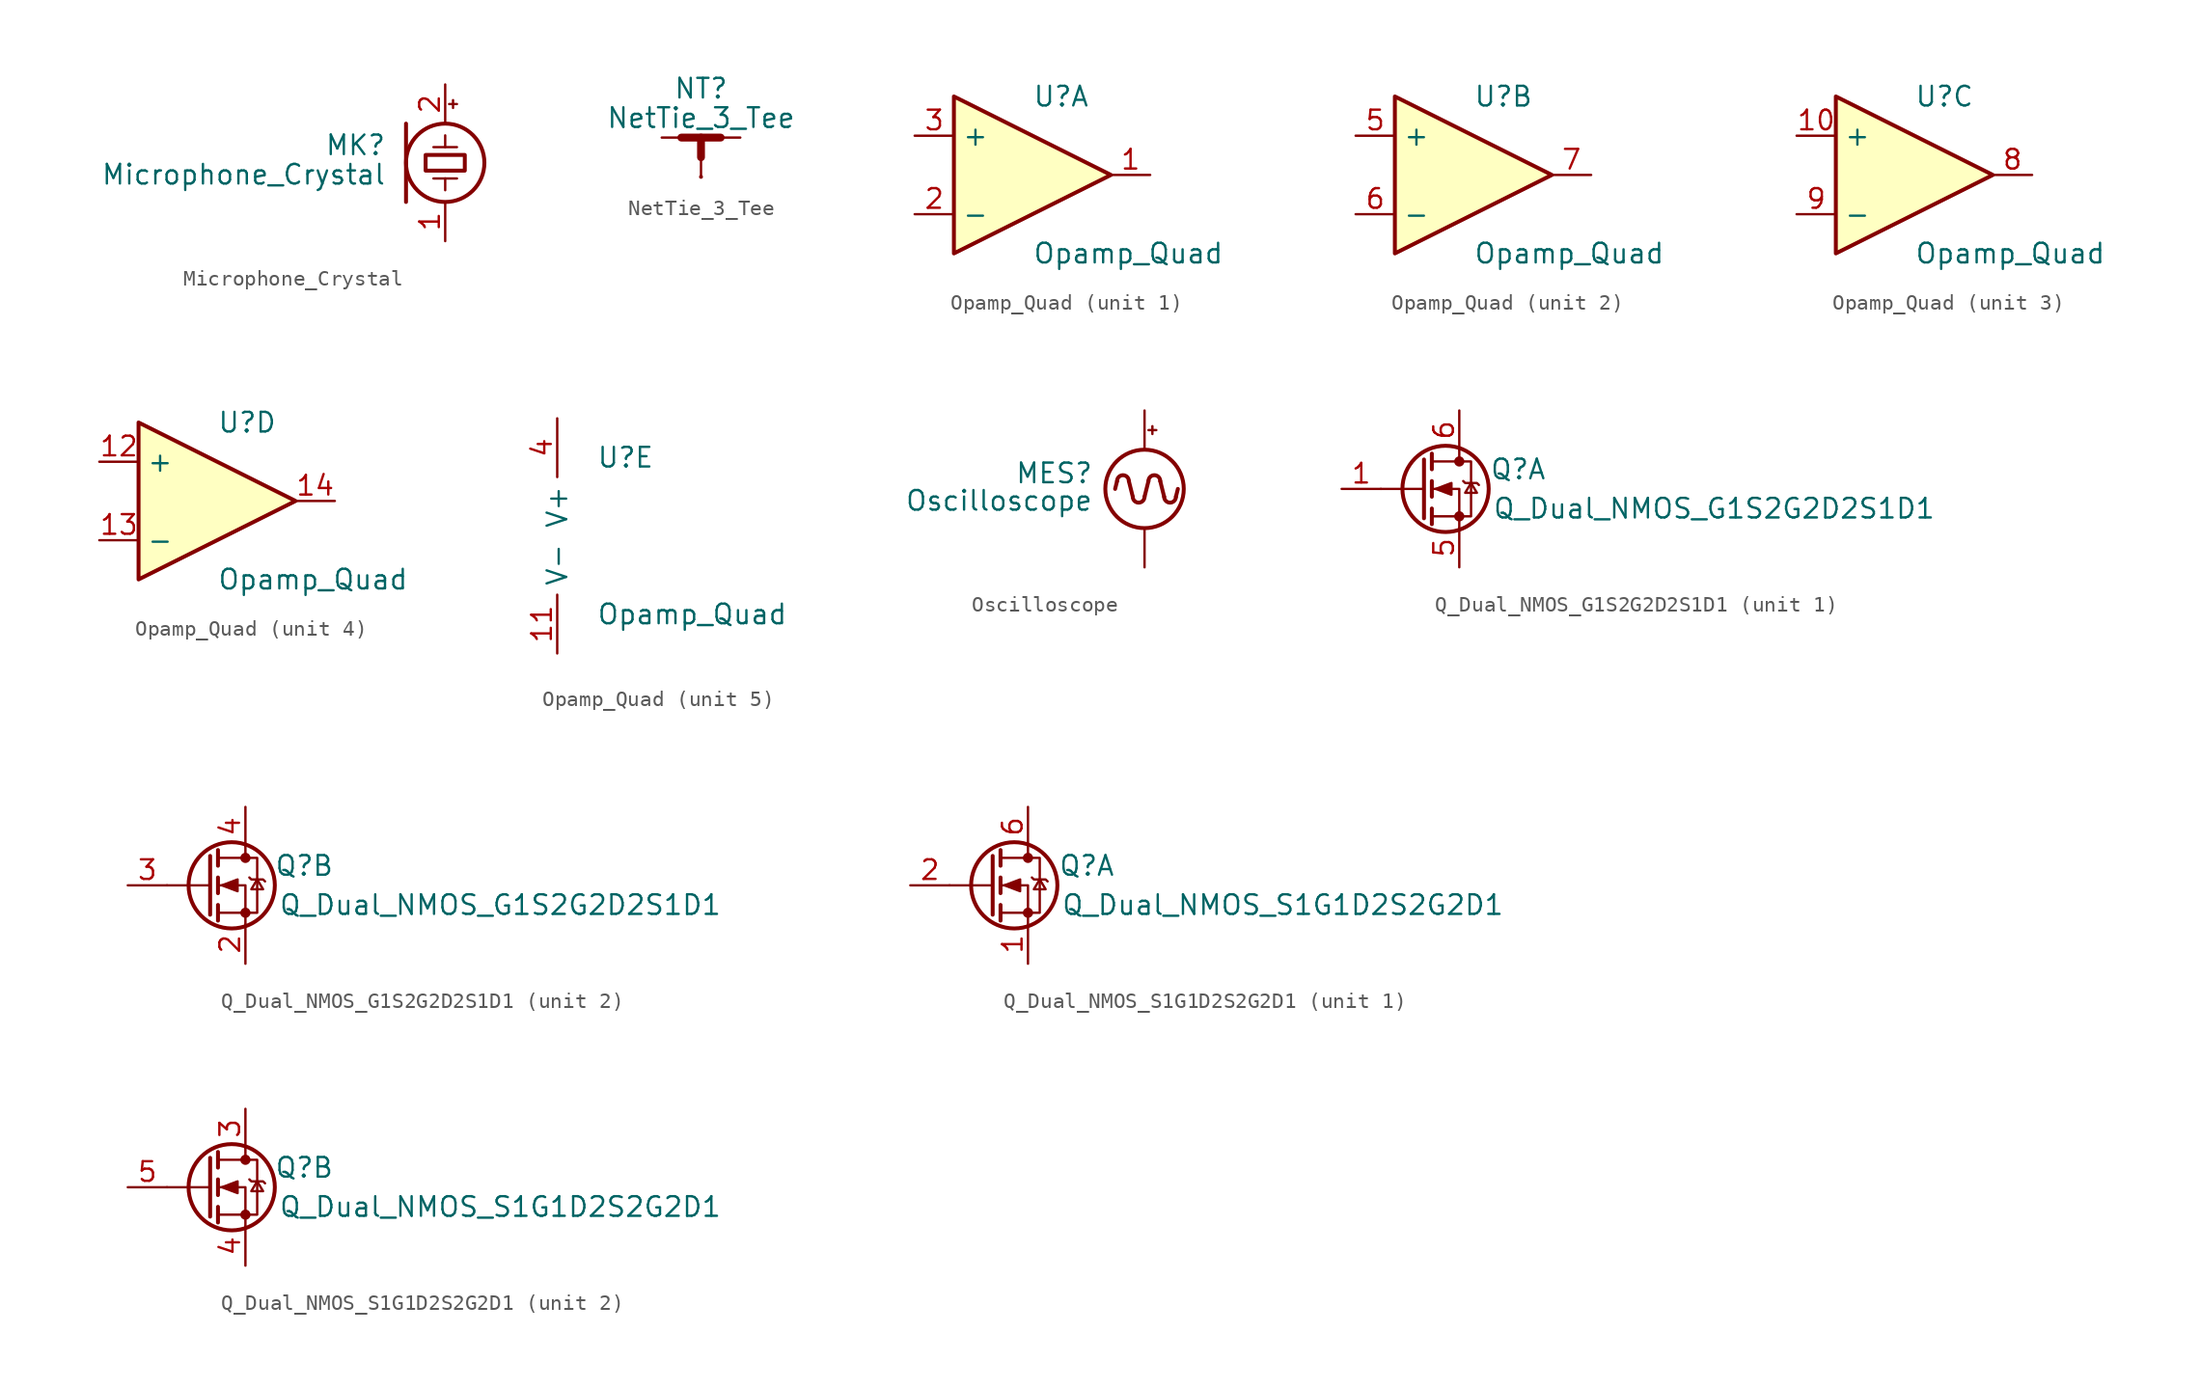
<source format=kicad_sym>
(kicad_symbol_lib
  (version 20211014)
  (generator kicad_symbol_editor)
  (symbol "Microphone_Crystal"
    (pin_names
      (offset 0.025) hide)
    (property "Reference" "MK"
      (at -3.81 1.143 0)
      (effects (font (size 1.27 1.27)) (justify right)))
    (property "Value" "Microphone_Crystal"
      (at -3.81 -0.762 0)
      (effects (font (size 1.27 1.27)) (justify right)))
    (symbol "Microphone_Crystal_0_1"
      (rectangle (start -1.27 0.508) (end 1.27 -0.508) (stroke (width 0.254) (type default) (color 0 0 0 0)) (fill (type none)))
      (polyline (pts (xy -2.54 2.54) (xy -2.54 -2.54)) (stroke (width 0.254) (type default) (color 0 0 0 0)) (fill (type none)))
      (polyline (pts (xy -0.762 -1.016) (xy 0.762 -1.016)) (stroke (width 0) (type default) (color 0 0 0 0)) (fill (type none)))
      (polyline (pts (xy -0.762 1.016) (xy 0.762 1.016)) (stroke (width 0) (type default) (color 0 0 0 0)) (fill (type none)))
      (polyline (pts (xy 0 -1.016) (xy 0 -1.778)) (stroke (width 0) (type default) (color 0 0 0 0)) (fill (type none)))
      (polyline (pts (xy 0 1.016) (xy 0 1.778)) (stroke (width 0) (type default) (color 0 0 0 0)) (fill (type none)))
      (polyline (pts (xy 0.254 3.81) (xy 0.762 3.81)) (stroke (width 0) (type default) (color 0 0 0 0)) (fill (type none)))
      (polyline (pts (xy 0.508 4.064) (xy 0.508 3.556)) (stroke (width 0) (type default) (color 0 0 0 0)) (fill (type none)))
      (circle (center 0 0) (radius 2.54) (stroke (width 0.254) (type default) (color 0 0 0 0)) (fill (type none))))
    (symbol "Microphone_Crystal_1_1"
      (pin passive line (at 0 -5.08 90) (length 2.54) (name "-" (effects (font (size 1.27 1.27)))) (number "1" (effects (font (size 1.27 1.27)))))
      (pin passive line (at 0 5.08 270) (length 2.54) (name "+" (effects (font (size 1.27 1.27)))) (number "2" (effects (font (size 1.27 1.27)))))))
  (symbol "NetTie_3_Tee"
    (pin_numbers hide)
    (pin_names
      (offset 0) hide)
    (property "Reference" "NT"
      (at 0 3.175 0)
      (effects (font (size 1.27 1.27))))
    (property "Value" "NetTie_3_Tee"
      (at 0 1.27 0)
      (effects (font (size 1.27 1.27))))
    (symbol "NetTie_3_Tee_0_1"
      (polyline (pts (xy -1.27 0) (xy 1.27 0)) (stroke (width 0.254) (type default) (color 0 0 0 0)) (fill (type none)))
      (polyline (pts (xy -1.27 0) (xy 1.27 0)) (stroke (width 0.508) (type default) (color 0 0 0 0)) (fill (type none)))
      (polyline (pts (xy 0 -2.54) (xy 0 -2.54)) (stroke (width 0.254) (type default) (color 0 0 0 0)) (fill (type none)))
      (polyline (pts (xy 0 -1.27) (xy 0 0)) (stroke (width 0.508) (type default) (color 0 0 0 0)) (fill (type none))))
    (symbol "NetTie_3_Tee_1_1"
      (pin passive line (at -2.54 0 0) (length 2.54) (name "1" (effects (font (size 1.27 1.27)))) (number "1" (effects (font (size 1.27 1.27)))))
      (pin passive line (at 2.54 0 180) (length 2.54) (name "2" (effects (font (size 1.27 1.27)))) (number "2" (effects (font (size 1.27 1.27)))))
      (pin passive line (at 0 -2.54 90) (length 2.54) (name "3" (effects (font (size 1.27 1.27)))) (number "3" (effects (font (size 1.27 1.27)))))))
  (symbol "Opamp_Quad"
    (property "Reference" "U"
      (at 0 5.08 0)
      (effects (font (size 1.27 1.27)) (justify left)))
    (property "Value" "Opamp_Quad"
      (at 0 -5.08 0)
      (effects (font (size 1.27 1.27)) (justify left)))
    (property "ki_locked" ""
      (at 0 0 0)
      (effects (font (size 1.27 1.27))))
    (symbol "Opamp_Quad_1_1"
      (polyline (pts (xy -5.08 5.08) (xy 5.08 0) (xy -5.08 -5.08) (xy -5.08 5.08)) (stroke (width 0.254) (type default) (color 0 0 0 0)) (fill (type background)))
      (pin output line (at 7.62 0 180) (length 2.54) (name "~" (effects (font (size 1.27 1.27)))) (number "1" (effects (font (size 1.27 1.27)))))
      (pin input line (at -7.62 -2.54 0) (length 2.54) (name "-" (effects (font (size 1.27 1.27)))) (number "2" (effects (font (size 1.27 1.27)))))
      (pin input line (at -7.62 2.54 0) (length 2.54) (name "+" (effects (font (size 1.27 1.27)))) (number "3" (effects (font (size 1.27 1.27))))))
    (symbol "Opamp_Quad_2_1"
      (polyline (pts (xy -5.08 5.08) (xy 5.08 0) (xy -5.08 -5.08) (xy -5.08 5.08)) (stroke (width 0.254) (type default) (color 0 0 0 0)) (fill (type background)))
      (pin input line (at -7.62 2.54 0) (length 2.54) (name "+" (effects (font (size 1.27 1.27)))) (number "5" (effects (font (size 1.27 1.27)))))
      (pin input line (at -7.62 -2.54 0) (length 2.54) (name "-" (effects (font (size 1.27 1.27)))) (number "6" (effects (font (size 1.27 1.27)))))
      (pin output line (at 7.62 0 180) (length 2.54) (name "~" (effects (font (size 1.27 1.27)))) (number "7" (effects (font (size 1.27 1.27))))))
    (symbol "Opamp_Quad_3_1"
      (polyline (pts (xy -5.08 5.08) (xy 5.08 0) (xy -5.08 -5.08) (xy -5.08 5.08)) (stroke (width 0.254) (type default) (color 0 0 0 0)) (fill (type background)))
      (pin input line (at -7.62 2.54 0) (length 2.54) (name "+" (effects (font (size 1.27 1.27)))) (number "10" (effects (font (size 1.27 1.27)))))
      (pin output line (at 7.62 0 180) (length 2.54) (name "~" (effects (font (size 1.27 1.27)))) (number "8" (effects (font (size 1.27 1.27)))))
      (pin input line (at -7.62 -2.54 0) (length 2.54) (name "-" (effects (font (size 1.27 1.27)))) (number "9" (effects (font (size 1.27 1.27))))))
    (symbol "Opamp_Quad_4_1"
      (polyline (pts (xy -5.08 5.08) (xy 5.08 0) (xy -5.08 -5.08) (xy -5.08 5.08)) (stroke (width 0.254) (type default) (color 0 0 0 0)) (fill (type background)))
      (pin input line (at -7.62 2.54 0) (length 2.54) (name "+" (effects (font (size 1.27 1.27)))) (number "12" (effects (font (size 1.27 1.27)))))
      (pin input line (at -7.62 -2.54 0) (length 2.54) (name "-" (effects (font (size 1.27 1.27)))) (number "13" (effects (font (size 1.27 1.27)))))
      (pin output line (at 7.62 0 180) (length 2.54) (name "~" (effects (font (size 1.27 1.27)))) (number "14" (effects (font (size 1.27 1.27))))))
    (symbol "Opamp_Quad_5_1"
      (pin power_in line (at -2.54 -7.62 90) (length 3.81) (name "V-" (effects (font (size 1.27 1.27)))) (number "11" (effects (font (size 1.27 1.27)))))
      (pin power_in line (at -2.54 7.62 270) (length 3.81) (name "V+" (effects (font (size 1.27 1.27)))) (number "4" (effects (font (size 1.27 1.27)))))))
  (symbol "Oscilloscope"
    (pin_numbers hide)
    (pin_names
      (offset 0.025) hide)
    (property "Reference" "MES"
      (at -3.302 1.016 0)
      (effects (font (size 1.27 1.27)) (justify right)))
    (property "Value" "Oscilloscope"
      (at -3.302 -0.762 0)
      (effects (font (size 1.27 1.27)) (justify right)))
    (symbol "Oscilloscope_0_0"
      (arc (start -1.016 0.508) (mid -1.397 0.889) (end -1.778 0.508) (stroke (width 0.254) (type default) (color 0 0 0 0)) (fill (type none)))
      (arc (start -0.762 -0.508) (mid -0.381 -0.889) (end 0 -0.508) (stroke (width 0.254) (type default) (color 0 0 0 0)) (fill (type none)))
      (polyline (pts (xy -1.778 0.508) (xy -1.905 0)) (stroke (width 0.254) (type default) (color 0 0 0 0)) (fill (type none)))
      (polyline (pts (xy -1.016 0.508) (xy -0.762 -0.508)) (stroke (width 0.254) (type default) (color 0 0 0 0)) (fill (type none)))
      (polyline (pts (xy 0 -0.508) (xy 0.254 0.508)) (stroke (width 0.254) (type default) (color 0 0 0 0)) (fill (type none)))
      (polyline (pts (xy 1.016 0.508) (xy 1.27 -0.508)) (stroke (width 0.254) (type default) (color 0 0 0 0)) (fill (type none)))
      (polyline (pts (xy 2.032 -0.508) (xy 2.159 0)) (stroke (width 0.254) (type default) (color 0 0 0 0)) (fill (type none)))
      (arc (start 1.016 0.508) (mid 0.635 0.889) (end 0.254 0.508) (stroke (width 0.254) (type default) (color 0 0 0 0)) (fill (type none)))
      (arc (start 1.27 -0.508) (mid 1.651 -0.889) (end 2.032 -0.508) (stroke (width 0.254) (type default) (color 0 0 0 0)) (fill (type none))))
    (symbol "Oscilloscope_0_1"
      (polyline (pts (xy 0.254 3.81) (xy 0.762 3.81)) (stroke (width 0) (type default) (color 0 0 0 0)) (fill (type none)))
      (polyline (pts (xy 0.508 4.064) (xy 0.508 3.556)) (stroke (width 0) (type default) (color 0 0 0 0)) (fill (type none)))
      (circle (center 0 0) (radius 2.54) (stroke (width 0.254) (type default) (color 0 0 0 0)) (fill (type none))))
    (symbol "Oscilloscope_1_1"
      (pin passive line (at 0 -5.08 90) (length 2.54) (name "-" (effects (font (size 1.27 1.27)))) (number "1" (effects (font (size 1.27 1.27)))))
      (pin passive line (at 0 5.08 270) (length 2.54) (name "+" (effects (font (size 1.27 1.27)))) (number "2" (effects (font (size 1.27 1.27)))))))
  (symbol "Q_Dual_NMOS_G1S2G2D2S1D1"
    (pin_names
      (offset 0) hide)
    (property "Reference" "Q"
      (at 6.35 1.27 0)
      (effects (font (size 1.27 1.27))))
    (property "Value" "Q_Dual_NMOS_G1S2G2D2S1D1"
      (at 19.05 -1.27 0)
      (effects (font (size 1.27 1.27))))
    (symbol "Q_Dual_NMOS_G1S2G2D2S1D1_0_1"
      (polyline (pts (xy 0.254 0) (xy -2.54 0)) (stroke (width 0) (type default) (color 0 0 0 0)) (fill (type none)))
      (polyline (pts (xy 0.254 1.905) (xy 0.254 -1.905)) (stroke (width 0.254) (type default) (color 0 0 0 0)) (fill (type none)))
      (polyline (pts (xy 0.762 -1.27) (xy 0.762 -2.286)) (stroke (width 0.254) (type default) (color 0 0 0 0)) (fill (type none)))
      (polyline (pts (xy 0.762 0.508) (xy 0.762 -0.508)) (stroke (width 0.254) (type default) (color 0 0 0 0)) (fill (type none)))
      (polyline (pts (xy 0.762 2.286) (xy 0.762 1.27)) (stroke (width 0.254) (type default) (color 0 0 0 0)) (fill (type none)))
      (polyline (pts (xy 2.54 2.54) (xy 2.54 1.778)) (stroke (width 0) (type default) (color 0 0 0 0)) (fill (type none)))
      (polyline (pts (xy 2.54 -2.54) (xy 2.54 0) (xy 0.762 0)) (stroke (width 0) (type default) (color 0 0 0 0)) (fill (type none)))
      (polyline (pts (xy 0.762 -1.778) (xy 3.302 -1.778) (xy 3.302 1.778) (xy 0.762 1.778)) (stroke (width 0) (type default) (color 0 0 0 0)) (fill (type none)))
      (polyline (pts (xy 1.016 0) (xy 2.032 0.381) (xy 2.032 -0.381) (xy 1.016 0)) (stroke (width 0) (type default) (color 0 0 0 0)) (fill (type outline)))
      (polyline (pts (xy 2.794 0.508) (xy 2.921 0.381) (xy 3.683 0.381) (xy 3.81 0.254)) (stroke (width 0) (type default) (color 0 0 0 0)) (fill (type none)))
      (polyline (pts (xy 3.302 0.381) (xy 2.921 -0.254) (xy 3.683 -0.254) (xy 3.302 0.381)) (stroke (width 0) (type default) (color 0 0 0 0)) (fill (type none)))
      (circle (center 1.651 0) (radius 2.794) (stroke (width 0.254) (type default) (color 0 0 0 0)) (fill (type none)))
      (circle (center 2.54 -1.778) (radius 0.254) (stroke (width 0) (type default) (color 0 0 0 0)) (fill (type outline)))
      (circle (center 2.54 1.778) (radius 0.254) (stroke (width 0) (type default) (color 0 0 0 0)) (fill (type outline))))
    (symbol "Q_Dual_NMOS_G1S2G2D2S1D1_1_1"
      (pin input line (at -5.08 0 0) (length 2.54) (name "G" (effects (font (size 1.27 1.27)))) (number "1" (effects (font (size 1.27 1.27)))))
      (pin passive line (at 2.54 -5.08 90) (length 2.54) (name "S" (effects (font (size 1.27 1.27)))) (number "5" (effects (font (size 1.27 1.27)))))
      (pin passive line (at 2.54 5.08 270) (length 2.54) (name "D" (effects (font (size 1.27 1.27)))) (number "6" (effects (font (size 1.27 1.27))))))
    (symbol "Q_Dual_NMOS_G1S2G2D2S1D1_2_1"
      (pin passive line (at 2.54 -5.08 90) (length 2.54) (name "S" (effects (font (size 1.27 1.27)))) (number "2" (effects (font (size 1.27 1.27)))))
      (pin input line (at -5.08 0 0) (length 2.54) (name "G" (effects (font (size 1.27 1.27)))) (number "3" (effects (font (size 1.27 1.27)))))
      (pin passive line (at 2.54 5.08 270) (length 2.54) (name "D" (effects (font (size 1.27 1.27)))) (number "4" (effects (font (size 1.27 1.27)))))))
  (symbol "Q_Dual_NMOS_S1G1D2S2G2D1"
    (pin_names
      (offset 0) hide)
    (property "Reference" "Q"
      (at 6.35 1.27 0)
      (effects (font (size 1.27 1.27))))
    (property "Value" "Q_Dual_NMOS_S1G1D2S2G2D1"
      (at 19.05 -1.27 0)
      (effects (font (size 1.27 1.27))))
    (symbol "Q_Dual_NMOS_S1G1D2S2G2D1_0_1"
      (polyline (pts (xy 0.254 0) (xy -2.54 0)) (stroke (width 0) (type default) (color 0 0 0 0)) (fill (type none)))
      (polyline (pts (xy 0.254 1.905) (xy 0.254 -1.905)) (stroke (width 0.254) (type default) (color 0 0 0 0)) (fill (type none)))
      (polyline (pts (xy 0.762 -1.27) (xy 0.762 -2.286)) (stroke (width 0.254) (type default) (color 0 0 0 0)) (fill (type none)))
      (polyline (pts (xy 0.762 0.508) (xy 0.762 -0.508)) (stroke (width 0.254) (type default) (color 0 0 0 0)) (fill (type none)))
      (polyline (pts (xy 0.762 2.286) (xy 0.762 1.27)) (stroke (width 0.254) (type default) (color 0 0 0 0)) (fill (type none)))
      (polyline (pts (xy 2.54 2.54) (xy 2.54 1.778)) (stroke (width 0) (type default) (color 0 0 0 0)) (fill (type none)))
      (polyline (pts (xy 2.54 -2.54) (xy 2.54 0) (xy 0.762 0)) (stroke (width 0) (type default) (color 0 0 0 0)) (fill (type none)))
      (polyline (pts (xy 0.762 -1.778) (xy 3.302 -1.778) (xy 3.302 1.778) (xy 0.762 1.778)) (stroke (width 0) (type default) (color 0 0 0 0)) (fill (type none)))
      (polyline (pts (xy 1.016 0) (xy 2.032 0.381) (xy 2.032 -0.381) (xy 1.016 0)) (stroke (width 0) (type default) (color 0 0 0 0)) (fill (type outline)))
      (polyline (pts (xy 2.794 0.508) (xy 2.921 0.381) (xy 3.683 0.381) (xy 3.81 0.254)) (stroke (width 0) (type default) (color 0 0 0 0)) (fill (type none)))
      (polyline (pts (xy 3.302 0.381) (xy 2.921 -0.254) (xy 3.683 -0.254) (xy 3.302 0.381)) (stroke (width 0) (type default) (color 0 0 0 0)) (fill (type none)))
      (circle (center 1.651 0) (radius 2.794) (stroke (width 0.254) (type default) (color 0 0 0 0)) (fill (type none)))
      (circle (center 2.54 -1.778) (radius 0.254) (stroke (width 0) (type default) (color 0 0 0 0)) (fill (type outline)))
      (circle (center 2.54 1.778) (radius 0.254) (stroke (width 0) (type default) (color 0 0 0 0)) (fill (type outline))))
    (symbol "Q_Dual_NMOS_S1G1D2S2G2D1_1_1"
      (pin passive line (at 2.54 -5.08 90) (length 2.54) (name "S" (effects (font (size 1.27 1.27)))) (number "1" (effects (font (size 1.27 1.27)))))
      (pin input line (at -5.08 0 0) (length 2.54) (name "G" (effects (font (size 1.27 1.27)))) (number "2" (effects (font (size 1.27 1.27)))))
      (pin passive line (at 2.54 5.08 270) (length 2.54) (name "D" (effects (font (size 1.27 1.27)))) (number "6" (effects (font (size 1.27 1.27))))))
    (symbol "Q_Dual_NMOS_S1G1D2S2G2D1_2_1"
      (pin passive line (at 2.54 5.08 270) (length 2.54) (name "D" (effects (font (size 1.27 1.27)))) (number "3" (effects (font (size 1.27 1.27)))))
      (pin passive line (at 2.54 -5.08 90) (length 2.54) (name "S" (effects (font (size 1.27 1.27)))) (number "4" (effects (font (size 1.27 1.27)))))
      (pin input line (at -5.08 0 0) (length 2.54) (name "G" (effects (font (size 1.27 1.27)))) (number "5" (effects (font (size 1.27 1.27))))))))
</source>
